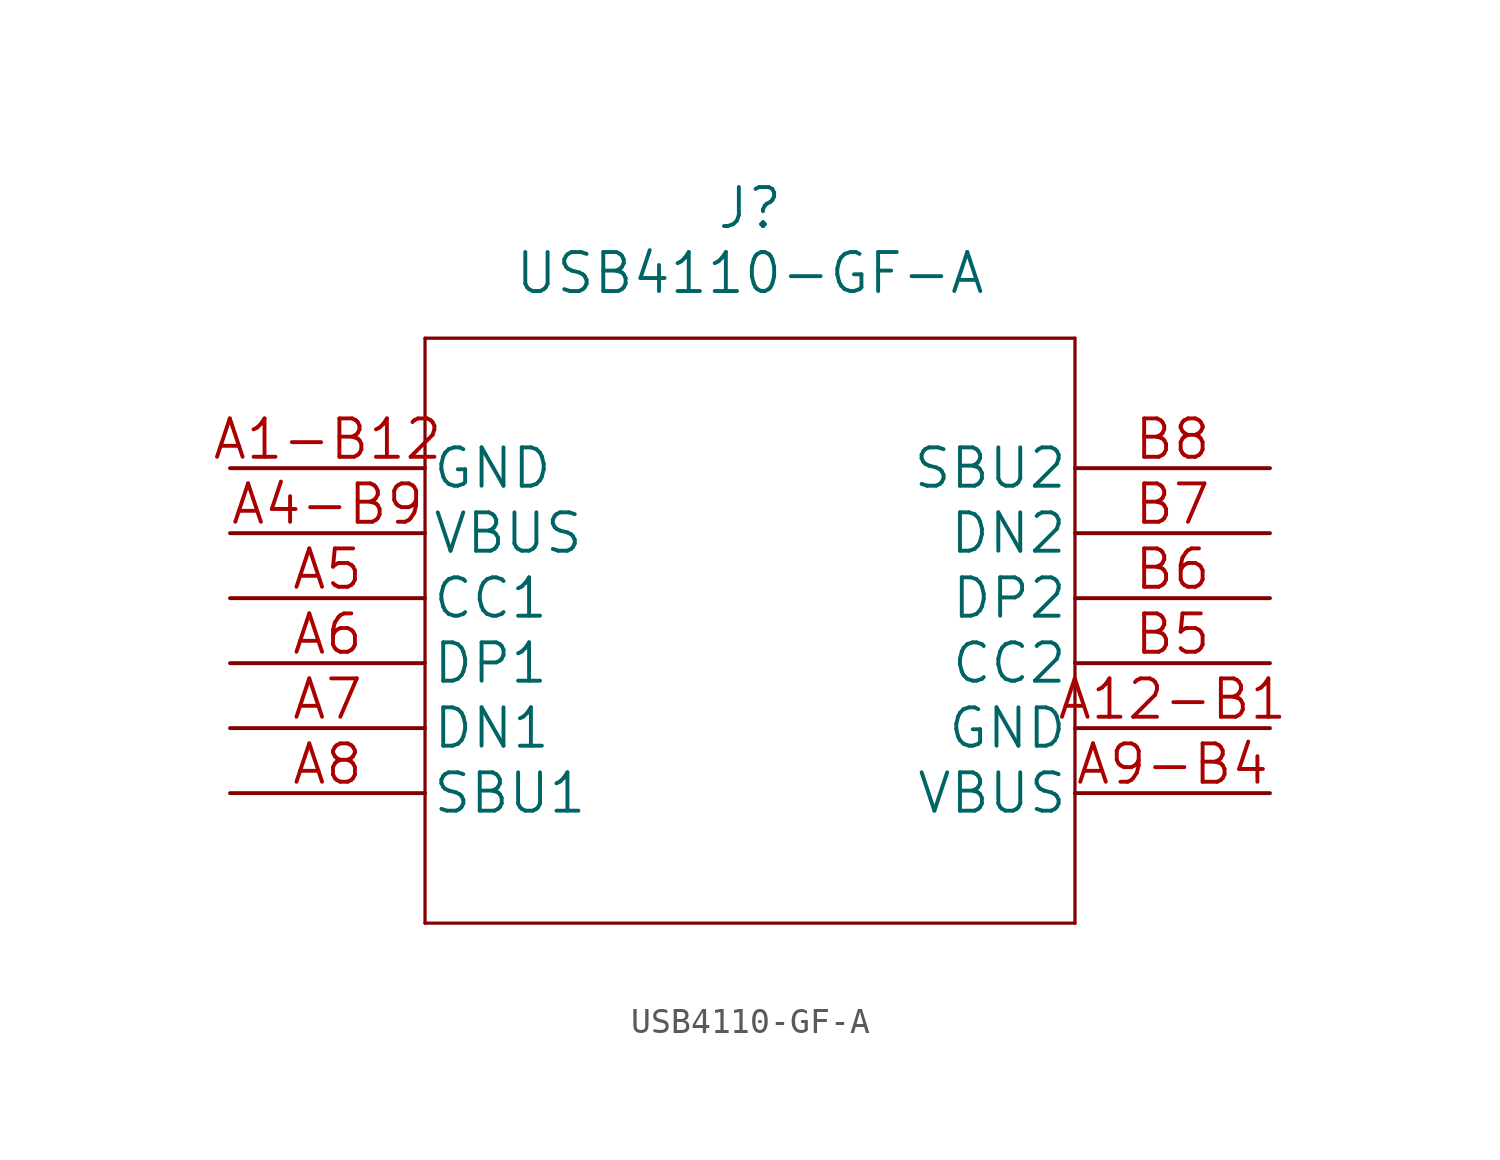
<source format=kicad_sym>
(kicad_symbol_lib
  (version 20220914)
  (generator kicad_symbol_editor)
  (symbol "USB4110-GF-A"
    (pin_names
      (offset 0.254))
    (property "Reference" "J"
      (at 20.32 10.16 0)
      (effects (font (size 1.524 1.524))))
    (property "Value" "USB4110-GF-A"
      (at 20.32 7.62 0)
      (effects (font (size 1.524 1.524))))
    (property "Datasheet" ""
      (at 0 0 0)
      (effects (font (size 1.524 1.524))))
    (property "ki_locked" ""
      (at 0 0 0)
      (effects (font (size 1.27 1.27))))
    (symbol "USB4110-GF-A_1_1"
      (polyline (pts (xy 7.62 -17.78) (xy 33.02 -17.78)) (stroke (width 0.127) (type solid)) (fill (type none)))
      (polyline (pts (xy 7.62 5.08) (xy 7.62 -17.78)) (stroke (width 0.127) (type solid)) (fill (type none)))
      (polyline (pts (xy 33.02 -17.78) (xy 33.02 5.08)) (stroke (width 0.127) (type solid)) (fill (type none)))
      (polyline (pts (xy 33.02 5.08) (xy 7.62 5.08)) (stroke (width 0.127) (type solid)) (fill (type none)))
      (pin power_in line (at 0 0 0) (length 7.62) (name "GND" (effects (font (size 1.499 1.499)))) (number "A1-B12" (effects (font (size 1.499 1.499)))))
      (pin power_in line (at 40.64 -10.16 180) (length 7.62) (name "GND" (effects (font (size 1.499 1.499)))) (number "A12-B1" (effects (font (size 1.499 1.499)))))
      (pin power_in line (at 0 -2.54 0) (length 7.62) (name "VBUS" (effects (font (size 1.499 1.499)))) (number "A4-B9" (effects (font (size 1.499 1.499)))))
      (pin bidirectional line (at 0 -5.08 0) (length 7.62) (name "CC1" (effects (font (size 1.499 1.499)))) (number "A5" (effects (font (size 1.499 1.499)))))
      (pin bidirectional line (at 0 -7.62 0) (length 7.62) (name "DP1" (effects (font (size 1.499 1.499)))) (number "A6" (effects (font (size 1.499 1.499)))))
      (pin bidirectional line (at 0 -10.16 0) (length 7.62) (name "DN1" (effects (font (size 1.499 1.499)))) (number "A7" (effects (font (size 1.499 1.499)))))
      (pin bidirectional line (at 0 -12.7 0) (length 7.62) (name "SBU1" (effects (font (size 1.499 1.499)))) (number "A8" (effects (font (size 1.499 1.499)))))
      (pin power_in line (at 40.64 -12.7 180) (length 7.62) (name "VBUS" (effects (font (size 1.499 1.499)))) (number "A9-B4" (effects (font (size 1.499 1.499)))))
      (pin bidirectional line (at 40.64 -7.62 180) (length 7.62) (name "CC2" (effects (font (size 1.499 1.499)))) (number "B5" (effects (font (size 1.499 1.499)))))
      (pin bidirectional line (at 40.64 -5.08 180) (length 7.62) (name "DP2" (effects (font (size 1.499 1.499)))) (number "B6" (effects (font (size 1.499 1.499)))))
      (pin bidirectional line (at 40.64 -2.54 180) (length 7.62) (name "DN2" (effects (font (size 1.499 1.499)))) (number "B7" (effects (font (size 1.499 1.499)))))
      (pin bidirectional line (at 40.64 0 180) (length 7.62) (name "SBU2" (effects (font (size 1.499 1.499)))) (number "B8" (effects (font (size 1.499 1.499))))))))
</source>
